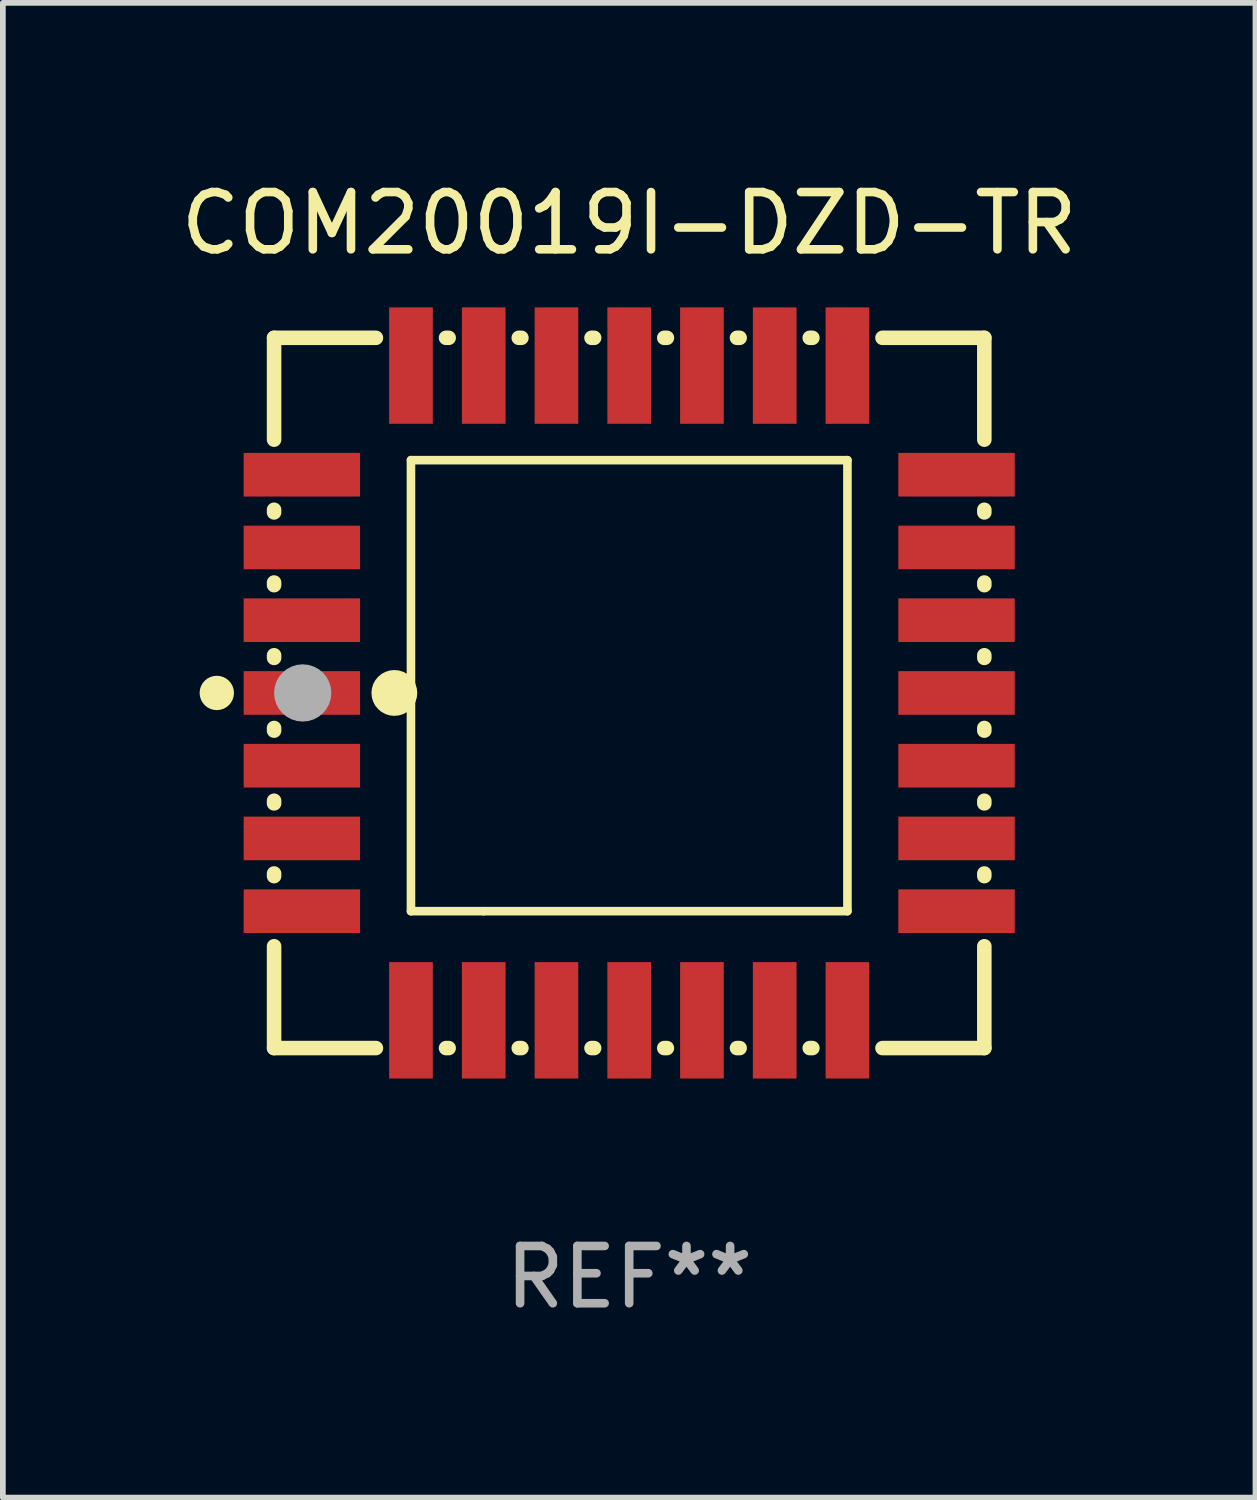
<source format=kicad_pcb>
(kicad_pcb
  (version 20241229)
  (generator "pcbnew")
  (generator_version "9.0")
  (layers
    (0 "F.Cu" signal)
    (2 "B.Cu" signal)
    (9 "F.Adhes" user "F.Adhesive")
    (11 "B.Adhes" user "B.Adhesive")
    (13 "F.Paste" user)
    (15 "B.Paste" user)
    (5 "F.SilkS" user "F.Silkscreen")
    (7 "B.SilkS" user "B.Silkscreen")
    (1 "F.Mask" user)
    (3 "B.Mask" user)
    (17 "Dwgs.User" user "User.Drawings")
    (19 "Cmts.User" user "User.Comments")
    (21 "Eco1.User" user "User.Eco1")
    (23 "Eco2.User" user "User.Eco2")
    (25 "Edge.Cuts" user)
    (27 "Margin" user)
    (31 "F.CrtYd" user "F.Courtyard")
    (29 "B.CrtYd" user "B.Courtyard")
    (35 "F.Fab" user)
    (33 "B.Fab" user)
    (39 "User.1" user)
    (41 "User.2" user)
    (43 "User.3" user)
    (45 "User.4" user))
  (footprint "COM20019I-DZD-TR"
    (layer "F.Cu")
    (at 7.935 9.048)
    (property "Reference" "COM20019I-DZD-TR" (at 0 -8.2 0) (layer "F.SilkS") (effects (font (size 1 1) (thickness 0.15))))
    (attr through_hole)
    (fp_line (start -6.2 -6.2) (end -4.422 -6.2) (stroke (width 0.254) (type solid)) (layer "F.SilkS"))
    (fp_line (start -6.2 -4.422) (end -6.2 -6.2) (stroke (width 0.254) (type solid)) (layer "F.SilkS"))
    (fp_line (start -6.2 -3.152) (end -6.2 -3.198) (stroke (width 0.254) (type solid)) (layer "F.SilkS"))
    (fp_line (start -6.2 -1.882) (end -6.2 -1.928) (stroke (width 0.254) (type solid)) (layer "F.SilkS"))
    (fp_line (start -6.2 -0.612) (end -6.2 -0.658) (stroke (width 0.254) (type solid)) (layer "F.SilkS"))
    (fp_line (start -6.2 0.658) (end -6.2 0.612) (stroke (width 0.254) (type solid)) (layer "F.SilkS"))
    (fp_line (start -6.2 1.928) (end -6.2 1.882) (stroke (width 0.254) (type solid)) (layer "F.SilkS"))
    (fp_line (start -6.2 3.198) (end -6.2 3.152) (stroke (width 0.254) (type solid)) (layer "F.SilkS"))
    (fp_line (start -6.2 6.2) (end -6.2 4.422) (stroke (width 0.254) (type solid)) (layer "F.SilkS"))
    (fp_line (start -4.422 6.2) (end -6.2 6.2) (stroke (width 0.254) (type solid)) (layer "F.SilkS"))
    (fp_line (start -3.81 -4.064) (end 3.81 -4.064) (stroke (width 0.15) (type solid)) (layer "F.SilkS"))
    (fp_line (start -3.81 3.81) (end -3.81 -4.064) (stroke (width 0.15) (type solid)) (layer "F.SilkS"))
    (fp_line (start -3.198 -6.2) (end -3.152 -6.2) (stroke (width 0.254) (type solid)) (layer "F.SilkS"))
    (fp_line (start -3.152 6.2) (end -3.198 6.2) (stroke (width 0.254) (type solid)) (layer "F.SilkS"))
    (fp_line (start -2.54 3.81) (end -3.81 3.81) (stroke (width 0.15) (type solid)) (layer "F.SilkS"))
    (fp_line (start -1.928 -6.2) (end -1.882 -6.2) (stroke (width 0.254) (type solid)) (layer "F.SilkS"))
    (fp_line (start -1.882 6.2) (end -1.928 6.2) (stroke (width 0.254) (type solid)) (layer "F.SilkS"))
    (fp_line (start -0.658 -6.2) (end -0.612 -6.2) (stroke (width 0.254) (type solid)) (layer "F.SilkS"))
    (fp_line (start -0.612 6.2) (end -0.658 6.2) (stroke (width 0.254) (type solid)) (layer "F.SilkS"))
    (fp_line (start 0.612 -6.2) (end 0.658 -6.2) (stroke (width 0.254) (type solid)) (layer "F.SilkS"))
    (fp_line (start 0.658 6.2) (end 0.612 6.2) (stroke (width 0.254) (type solid)) (layer "F.SilkS"))
    (fp_line (start 1.882 -6.2) (end 1.928 -6.2) (stroke (width 0.254) (type solid)) (layer "F.SilkS"))
    (fp_line (start 1.928 6.2) (end 1.882 6.2) (stroke (width 0.254) (type solid)) (layer "F.SilkS"))
    (fp_line (start 3.152 -6.2) (end 3.198 -6.2) (stroke (width 0.254) (type solid)) (layer "F.SilkS"))
    (fp_line (start 3.198 6.2) (end 3.152 6.2) (stroke (width 0.254) (type solid)) (layer "F.SilkS"))
    (fp_line (start 3.81 -4.064) (end 3.81 3.81) (stroke (width 0.15) (type solid)) (layer "F.SilkS"))
    (fp_line (start 3.81 3.81) (end -2.54 3.81) (stroke (width 0.15) (type solid)) (layer "F.SilkS"))
    (fp_line (start 4.422 -6.2) (end 6.2 -6.2) (stroke (width 0.254) (type solid)) (layer "F.SilkS"))
    (fp_line (start 6.2 -6.2) (end 6.2 -4.422) (stroke (width 0.254) (type solid)) (layer "F.SilkS"))
    (fp_line (start 6.2 -3.198) (end 6.2 -3.152) (stroke (width 0.254) (type solid)) (layer "F.SilkS"))
    (fp_line (start 6.2 -1.928) (end 6.2 -1.882) (stroke (width 0.254) (type solid)) (layer "F.SilkS"))
    (fp_line (start 6.2 -0.658) (end 6.2 -0.612) (stroke (width 0.254) (type solid)) (layer "F.SilkS"))
    (fp_line (start 6.2 0.612) (end 6.2 0.658) (stroke (width 0.254) (type solid)) (layer "F.SilkS"))
    (fp_line (start 6.2 1.882) (end 6.2 1.928) (stroke (width 0.254) (type solid)) (layer "F.SilkS"))
    (fp_line (start 6.2 3.152) (end 6.2 3.198) (stroke (width 0.254) (type solid)) (layer "F.SilkS"))
    (fp_line (start 6.2 4.422) (end 6.2 6.2) (stroke (width 0.254) (type solid)) (layer "F.SilkS"))
    (fp_line (start 6.2 6.2) (end 4.422 6.2) (stroke (width 0.254) (type solid)) (layer "F.SilkS"))
    (fp_circle (center -7.2 0) (end -7.05 0) (stroke (width 0.3) (type solid)) (fill no) (layer "F.SilkS"))
    (fp_circle (center -6.223 6.223) (end -6.193 6.223) (stroke (width 0.06) (type solid)) (fill no) (layer "F.SilkS"))
    (fp_circle (center -4.1 0) (end -3.9 0) (stroke (width 0.4) (type solid)) (fill no) (layer "F.SilkS"))
    (fp_circle (center -5.7 0) (end -5.45 0) (stroke (width 0.5) (type solid)) (fill no) (layer "F.Fab"))
    (fp_text user "REF**" (at 0 10.2 0) (layer "F.Fab") (effects (font (size 1 1) (thickness 0.15))))
    (pad "1" smd rect (at -5.715 0) (size 2.032 0.762) (layers "F.Cu" "F.Mask" "F.Paste"))
    (pad "2" smd rect (at -5.715 1.27) (size 2.032 0.762) (layers "F.Cu" "F.Mask" "F.Paste"))
    (pad "3" smd rect (at -5.715 2.54) (size 2.032 0.762) (layers "F.Cu" "F.Mask" "F.Paste"))
    (pad "4" smd rect (at -5.715 3.81) (size 2.032 0.762) (layers "F.Cu" "F.Mask" "F.Paste"))
    (pad "5" smd rect (at -3.81 5.715) (size 0.762 2.032) (layers "F.Cu" "F.Mask" "F.Paste"))
    (pad "6" smd rect (at -2.54 5.715) (size 0.762 2.032) (layers "F.Cu" "F.Mask" "F.Paste"))
    (pad "7" smd rect (at -1.27 5.715) (size 0.762 2.032) (layers "F.Cu" "F.Mask" "F.Paste"))
    (pad "8" smd rect (at 0 5.715) (size 0.762 2.032) (layers "F.Cu" "F.Mask" "F.Paste"))
    (pad "9" smd rect (at 1.27 5.715) (size 0.762 2.032) (layers "F.Cu" "F.Mask" "F.Paste"))
    (pad "10" smd rect (at 2.54 5.715) (size 0.762 2.032) (layers "F.Cu" "F.Mask" "F.Paste"))
    (pad "11" smd rect (at 3.81 5.715) (size 0.762 2.032) (layers "F.Cu" "F.Mask" "F.Paste"))
    (pad "12" smd rect (at 5.715 3.81) (size 2.032 0.762) (layers "F.Cu" "F.Mask" "F.Paste"))
    (pad "13" smd rect (at 5.715 2.54) (size 2.032 0.762) (layers "F.Cu" "F.Mask" "F.Paste"))
    (pad "14" smd rect (at 5.715 1.27) (size 2.032 0.762) (layers "F.Cu" "F.Mask" "F.Paste"))
    (pad "15" smd rect (at 5.715 0) (size 2.032 0.762) (layers "F.Cu" "F.Mask" "F.Paste"))
    (pad "16" smd rect (at 5.715 -1.27) (size 2.032 0.762) (layers "F.Cu" "F.Mask" "F.Paste"))
    (pad "17" smd rect (at 5.715 -2.54) (size 2.032 0.762) (layers "F.Cu" "F.Mask" "F.Paste"))
    (pad "18" smd rect (at 5.715 -3.81) (size 2.032 0.762) (layers "F.Cu" "F.Mask" "F.Paste"))
    (pad "19" smd rect (at 3.81 -5.715) (size 0.762 2.032) (layers "F.Cu" "F.Mask" "F.Paste"))
    (pad "20" smd rect (at 2.54 -5.715) (size 0.762 2.032) (layers "F.Cu" "F.Mask" "F.Paste"))
    (pad "21" smd rect (at 1.27 -5.715) (size 0.762 2.032) (layers "F.Cu" "F.Mask" "F.Paste"))
    (pad "22" smd rect (at 0 -5.715) (size 0.762 2.032) (layers "F.Cu" "F.Mask" "F.Paste"))
    (pad "23" smd rect (at -1.27 -5.715) (size 0.762 2.032) (layers "F.Cu" "F.Mask" "F.Paste"))
    (pad "24" smd rect (at -2.54 -5.715) (size 0.762 2.032) (layers "F.Cu" "F.Mask" "F.Paste"))
    (pad "25" smd rect (at -3.81 -5.715) (size 0.762 2.032) (layers "F.Cu" "F.Mask" "F.Paste"))
    (pad "26" smd rect (at -5.715 -3.81) (size 2.032 0.762) (layers "F.Cu" "F.Mask" "F.Paste"))
    (pad "27" smd rect (at -5.715 -2.54) (size 2.032 0.762) (layers "F.Cu" "F.Mask" "F.Paste"))
    (pad "28" smd rect (at -5.715 -1.27) (size 2.032 0.762) (layers "F.Cu" "F.Mask" "F.Paste")))
  (gr_rect
    (start -3 -3)
    (end 18.869 23.096)
    (stroke (width 0.1) (type default))
    (fill no)
    (layer "Edge.Cuts")))
</source>
